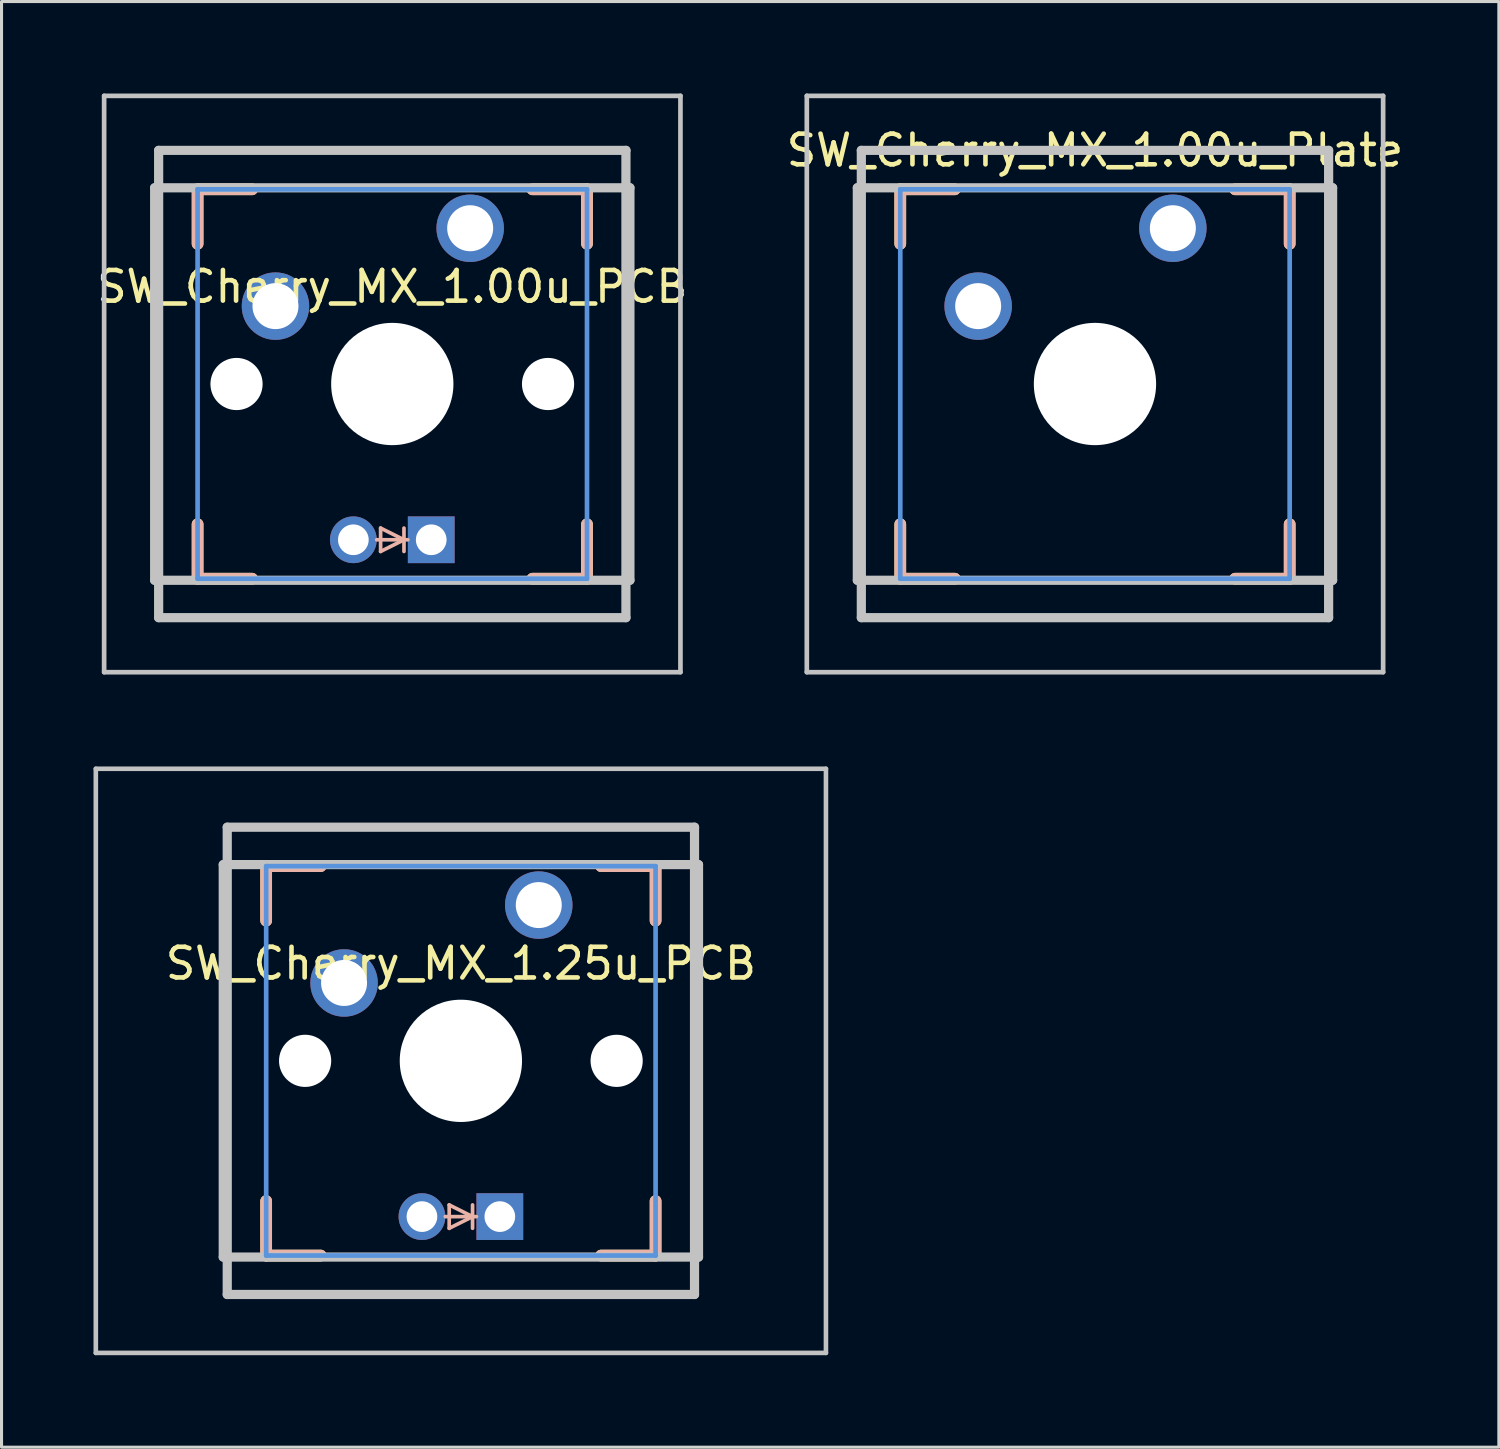
<source format=kicad_pcb>
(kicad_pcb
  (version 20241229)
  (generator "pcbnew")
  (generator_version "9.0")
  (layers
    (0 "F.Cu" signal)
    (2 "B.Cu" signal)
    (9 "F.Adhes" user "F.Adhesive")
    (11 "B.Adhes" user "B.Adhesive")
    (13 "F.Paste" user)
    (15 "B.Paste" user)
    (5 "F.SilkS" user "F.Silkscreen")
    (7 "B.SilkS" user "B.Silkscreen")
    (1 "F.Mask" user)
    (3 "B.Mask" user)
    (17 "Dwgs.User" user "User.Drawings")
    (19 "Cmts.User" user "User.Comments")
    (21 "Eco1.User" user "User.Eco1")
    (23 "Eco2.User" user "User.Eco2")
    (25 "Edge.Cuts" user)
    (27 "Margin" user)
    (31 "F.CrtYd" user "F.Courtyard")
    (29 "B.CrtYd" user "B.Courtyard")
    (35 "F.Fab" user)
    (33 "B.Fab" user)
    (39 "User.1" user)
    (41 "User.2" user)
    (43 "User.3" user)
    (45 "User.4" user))
  (footprint "SW_Cherry_MX_1.25u_PCB"
    (layer "F.Cu")
    (at 11.981 31.548)
    (property "Reference" "SW_Cherry_MX_1.25u_PCB" (at 0 -3.175 0) (layer "F.SilkS") (effects (font (size 1 1) (thickness 0.15))))
    (attr exclude_from_pos_files exclude_from_bom)
    (fp_line (start -6.35 -6.35) (end -4.572 -6.35) (stroke (width 0.381) (type solid)) (layer "F.SilkS"))
    (fp_line (start -6.35 -4.572) (end -6.35 -6.35) (stroke (width 0.381) (type solid)) (layer "F.SilkS"))
    (fp_line (start -6.35 6.35) (end -6.35 4.572) (stroke (width 0.381) (type solid)) (layer "F.SilkS"))
    (fp_line (start -4.572 6.35) (end -6.35 6.35) (stroke (width 0.381) (type solid)) (layer "F.SilkS"))
    (fp_line (start 4.572 -6.35) (end 6.35 -6.35) (stroke (width 0.381) (type solid)) (layer "F.SilkS"))
    (fp_line (start 6.35 -6.35) (end 6.35 -4.572) (stroke (width 0.381) (type solid)) (layer "F.SilkS"))
    (fp_line (start 6.35 4.572) (end 6.35 6.35) (stroke (width 0.381) (type solid)) (layer "F.SilkS"))
    (fp_line (start 6.35 6.35) (end 4.572 6.35) (stroke (width 0.381) (type solid)) (layer "F.SilkS"))
    (fp_line (start -6.35 -6.35) (end -6.35 -4.572) (stroke (width 0.381) (type solid)) (layer "B.SilkS"))
    (fp_line (start -6.35 4.572) (end -6.35 6.35) (stroke (width 0.381) (type solid)) (layer "B.SilkS"))
    (fp_line (start -6.35 6.35) (end -4.572 6.35) (stroke (width 0.381) (type solid)) (layer "B.SilkS"))
    (fp_line (start -4.572 -6.35) (end -6.35 -6.35) (stroke (width 0.381) (type solid)) (layer "B.SilkS"))
    (fp_line (start -0.381 4.699) (end 0.381 5.08) (stroke (width 0.12) (type solid)) (layer "B.SilkS"))
    (fp_line (start -0.381 5.461) (end -0.381 4.699) (stroke (width 0.12) (type solid)) (layer "B.SilkS"))
    (fp_line (start -0.381 5.461) (end 0.381 5.08) (stroke (width 0.12) (type solid)) (layer "B.SilkS"))
    (fp_line (start 0.381 5.461) (end 0.381 4.699) (stroke (width 0.12) (type solid)) (layer "B.SilkS"))
    (fp_line (start 0.508 5.08) (end -0.508 5.08) (stroke (width 0.12) (type solid)) (layer "B.SilkS"))
    (fp_line (start 4.572 6.35) (end 6.35 6.35) (stroke (width 0.381) (type solid)) (layer "B.SilkS"))
    (fp_line (start 6.35 -6.35) (end 4.572 -6.35) (stroke (width 0.381) (type solid)) (layer "B.SilkS"))
    (fp_line (start 6.35 -4.572) (end 6.35 -6.35) (stroke (width 0.381) (type solid)) (layer "B.SilkS"))
    (fp_line (start 6.35 6.35) (end 6.35 4.572) (stroke (width 0.381) (type solid)) (layer "B.SilkS"))
    (fp_line (start -11.906 -9.525) (end 11.906 -9.525) (stroke (width 0.15) (type solid)) (layer "Dwgs.User"))
    (fp_line (start -11.906 9.525) (end -11.906 -9.525) (stroke (width 0.15) (type solid)) (layer "Dwgs.User"))
    (fp_line (start -7.75 6.4) (end -7.75 -6.4) (stroke (width 0.3) (type solid)) (layer "Dwgs.User"))
    (fp_line (start -7.75 6.4) (end 7.75 6.4) (stroke (width 0.3) (type solid)) (layer "Dwgs.User"))
    (fp_line (start -7.62 -7.62) (end 7.62 -7.62) (stroke (width 0.3) (type solid)) (layer "Dwgs.User"))
    (fp_line (start -7.62 7.62) (end -7.62 -7.62) (stroke (width 0.3) (type solid)) (layer "Dwgs.User"))
    (fp_line (start 7.62 -7.62) (end 7.62 7.62) (stroke (width 0.3) (type solid)) (layer "Dwgs.User"))
    (fp_line (start 7.62 7.62) (end -7.62 7.62) (stroke (width 0.3) (type solid)) (layer "Dwgs.User"))
    (fp_line (start 7.75 -6.4) (end -7.75 -6.4) (stroke (width 0.3) (type solid)) (layer "Dwgs.User"))
    (fp_line (start 7.75 6.4) (end 7.75 -6.4) (stroke (width 0.3) (type solid)) (layer "Dwgs.User"))
    (fp_line (start 11.906 -9.525) (end 11.906 9.525) (stroke (width 0.15) (type solid)) (layer "Dwgs.User"))
    (fp_line (start 11.906 9.525) (end -11.906 9.525) (stroke (width 0.15) (type solid)) (layer "Dwgs.User"))
    (fp_line (start -6.35 -6.35) (end 6.35 -6.35) (stroke (width 0.152) (type solid)) (layer "Cmts.User"))
    (fp_line (start -6.35 6.35) (end -6.35 -6.35) (stroke (width 0.152) (type solid)) (layer "Cmts.User"))
    (fp_line (start 6.35 -6.35) (end 6.35 6.35) (stroke (width 0.152) (type solid)) (layer "Cmts.User"))
    (fp_line (start 6.35 6.35) (end -6.35 6.35) (stroke (width 0.152) (type solid)) (layer "Cmts.User"))
    (fp_line (start -6.985 -6.985) (end 6.985 -6.985) (stroke (width 0.152) (type solid)) (layer "Eco2.User"))
    (fp_line (start -6.985 6.985) (end -6.985 -6.985) (stroke (width 0.152) (type solid)) (layer "Eco2.User"))
    (fp_line (start 6.985 -6.985) (end 6.985 6.985) (stroke (width 0.152) (type solid)) (layer "Eco2.User"))
    (fp_line (start 6.985 6.985) (end -6.985 6.985) (stroke (width 0.152) (type solid)) (layer "Eco2.User"))
    (pad "" np_thru_hole circle (at -5.08 0) (size 1.702 1.702) (drill 1.702) (layers "*.Cu" "*.Mask"))
    (pad "" np_thru_hole circle (at 0 0) (size 3.988 3.988) (drill 3.988) (layers "*.Cu" "*.Mask"))
    (pad "" np_thru_hole circle (at 5.08 0) (size 1.702 1.702) (drill 1.702) (layers "*.Cu" "*.Mask"))
    (pad "1" thru_hole circle (at -3.81 -2.54) (size 2.2 2.2) (drill 1.5) (layers "*.Cu" "*.Mask"))
    (pad "2" thru_hole circle (at 2.54 -5.08) (size 2.2 2.2) (drill 1.5) (layers "*.Cu" "*.Mask"))
    (pad "3" thru_hole rect (at 1.27 5.08 180) (size 1.524 1.524) (drill 1) (layers "*.Cu" "*.Mask"))
    (pad "4" thru_hole circle (at -1.27 5.08 180) (size 1.524 1.524) (drill 1) (layers "*.Cu" "*.Mask")))
  (footprint "SW_Cherry_MX_1.00u_Plate"
    (layer "F.Cu")
    (at 32.661 9.474)
    (property "Reference" "SW_Cherry_MX_1.00u_Plate" (at 0 -7.62 0) (layer "F.SilkS") (effects (font (size 1 1) (thickness 0.15))))
    (attr exclude_from_pos_files exclude_from_bom)
    (fp_line (start -6.35 -6.35) (end -4.572 -6.35) (stroke (width 0.381) (type solid)) (layer "F.SilkS"))
    (fp_line (start -6.35 -4.572) (end -6.35 -6.35) (stroke (width 0.381) (type solid)) (layer "F.SilkS"))
    (fp_line (start -6.35 6.35) (end -6.35 4.572) (stroke (width 0.381) (type solid)) (layer "F.SilkS"))
    (fp_line (start -4.572 6.35) (end -6.35 6.35) (stroke (width 0.381) (type solid)) (layer "F.SilkS"))
    (fp_line (start 4.572 -6.35) (end 6.35 -6.35) (stroke (width 0.381) (type solid)) (layer "F.SilkS"))
    (fp_line (start 6.35 -6.35) (end 6.35 -4.572) (stroke (width 0.381) (type solid)) (layer "F.SilkS"))
    (fp_line (start 6.35 4.572) (end 6.35 6.35) (stroke (width 0.381) (type solid)) (layer "F.SilkS"))
    (fp_line (start 6.35 6.35) (end 4.572 6.35) (stroke (width 0.381) (type solid)) (layer "F.SilkS"))
    (fp_line (start -6.35 -6.35) (end -6.35 -4.572) (stroke (width 0.381) (type solid)) (layer "B.SilkS"))
    (fp_line (start -6.35 4.572) (end -6.35 6.35) (stroke (width 0.381) (type solid)) (layer "B.SilkS"))
    (fp_line (start -6.35 6.35) (end -4.572 6.35) (stroke (width 0.381) (type solid)) (layer "B.SilkS"))
    (fp_line (start -4.572 -6.35) (end -6.35 -6.35) (stroke (width 0.381) (type solid)) (layer "B.SilkS"))
    (fp_line (start 4.572 6.35) (end 6.35 6.35) (stroke (width 0.381) (type solid)) (layer "B.SilkS"))
    (fp_line (start 6.35 -6.35) (end 4.572 -6.35) (stroke (width 0.381) (type solid)) (layer "B.SilkS"))
    (fp_line (start 6.35 -4.572) (end 6.35 -6.35) (stroke (width 0.381) (type solid)) (layer "B.SilkS"))
    (fp_line (start 6.35 6.35) (end 6.35 4.572) (stroke (width 0.381) (type solid)) (layer "B.SilkS"))
    (fp_line (start -9.398 -9.398) (end 9.398 -9.398) (stroke (width 0.152) (type solid)) (layer "Dwgs.User"))
    (fp_line (start -9.398 9.398) (end -9.398 -9.398) (stroke (width 0.152) (type solid)) (layer "Dwgs.User"))
    (fp_line (start -7.75 6.4) (end -7.75 -6.4) (stroke (width 0.3) (type solid)) (layer "Dwgs.User"))
    (fp_line (start -7.75 6.4) (end 7.75 6.4) (stroke (width 0.3) (type solid)) (layer "Dwgs.User"))
    (fp_line (start -7.62 -7.62) (end 7.62 -7.62) (stroke (width 0.3) (type solid)) (layer "Dwgs.User"))
    (fp_line (start -7.62 7.62) (end -7.62 -7.62) (stroke (width 0.3) (type solid)) (layer "Dwgs.User"))
    (fp_line (start 7.62 -7.62) (end 7.62 7.62) (stroke (width 0.3) (type solid)) (layer "Dwgs.User"))
    (fp_line (start 7.62 7.62) (end -7.62 7.62) (stroke (width 0.3) (type solid)) (layer "Dwgs.User"))
    (fp_line (start 7.75 -6.4) (end -7.75 -6.4) (stroke (width 0.3) (type solid)) (layer "Dwgs.User"))
    (fp_line (start 7.75 6.4) (end 7.75 -6.4) (stroke (width 0.3) (type solid)) (layer "Dwgs.User"))
    (fp_line (start 9.398 -9.398) (end 9.398 9.398) (stroke (width 0.152) (type solid)) (layer "Dwgs.User"))
    (fp_line (start 9.398 9.398) (end -9.398 9.398) (stroke (width 0.152) (type solid)) (layer "Dwgs.User"))
    (fp_line (start -6.35 -6.35) (end 6.35 -6.35) (stroke (width 0.152) (type solid)) (layer "Cmts.User"))
    (fp_line (start -6.35 6.35) (end -6.35 -6.35) (stroke (width 0.152) (type solid)) (layer "Cmts.User"))
    (fp_line (start 6.35 -6.35) (end 6.35 6.35) (stroke (width 0.152) (type solid)) (layer "Cmts.User"))
    (fp_line (start 6.35 6.35) (end -6.35 6.35) (stroke (width 0.152) (type solid)) (layer "Cmts.User"))
    (fp_line (start -6.985 -6.985) (end 6.985 -6.985) (stroke (width 0.152) (type solid)) (layer "Eco2.User"))
    (fp_line (start -6.985 6.985) (end -6.985 -6.985) (stroke (width 0.152) (type solid)) (layer "Eco2.User"))
    (fp_line (start 6.985 -6.985) (end 6.985 6.985) (stroke (width 0.152) (type solid)) (layer "Eco2.User"))
    (fp_line (start 6.985 6.985) (end -6.985 6.985) (stroke (width 0.152) (type solid)) (layer "Eco2.User"))
    (pad "" np_thru_hole circle (at 0 0) (size 3.988 3.988) (drill 3.988) (layers "*.Cu" "*.Mask"))
    (pad "1" thru_hole circle (at -3.81 -2.54) (size 2.2 2.2) (drill 1.5) (layers "*.Cu" "*.Mask"))
    (pad "2" thru_hole circle (at 2.54 -5.08) (size 2.2 2.2) (drill 1.5) (layers "*.Cu" "*.Mask")))
  (footprint "SW_Cherry_MX_1.00u_PCB"
    (layer "F.Cu")
    (at 9.744 9.474)
    (property "Reference" "SW_Cherry_MX_1.00u_PCB" (at 0 -3.175 0) (layer "F.SilkS") (effects (font (size 1 1) (thickness 0.15))))
    (attr exclude_from_pos_files exclude_from_bom)
    (fp_line (start -6.35 -6.35) (end -4.572 -6.35) (stroke (width 0.381) (type solid)) (layer "F.SilkS"))
    (fp_line (start -6.35 -4.572) (end -6.35 -6.35) (stroke (width 0.381) (type solid)) (layer "F.SilkS"))
    (fp_line (start -6.35 6.35) (end -6.35 4.572) (stroke (width 0.381) (type solid)) (layer "F.SilkS"))
    (fp_line (start -4.572 6.35) (end -6.35 6.35) (stroke (width 0.381) (type solid)) (layer "F.SilkS"))
    (fp_line (start 4.572 -6.35) (end 6.35 -6.35) (stroke (width 0.381) (type solid)) (layer "F.SilkS"))
    (fp_line (start 6.35 -6.35) (end 6.35 -4.572) (stroke (width 0.381) (type solid)) (layer "F.SilkS"))
    (fp_line (start 6.35 4.572) (end 6.35 6.35) (stroke (width 0.381) (type solid)) (layer "F.SilkS"))
    (fp_line (start 6.35 6.35) (end 4.572 6.35) (stroke (width 0.381) (type solid)) (layer "F.SilkS"))
    (fp_line (start -6.35 -6.35) (end -6.35 -4.572) (stroke (width 0.381) (type solid)) (layer "B.SilkS"))
    (fp_line (start -6.35 4.572) (end -6.35 6.35) (stroke (width 0.381) (type solid)) (layer "B.SilkS"))
    (fp_line (start -6.35 6.35) (end -4.572 6.35) (stroke (width 0.381) (type solid)) (layer "B.SilkS"))
    (fp_line (start -4.572 -6.35) (end -6.35 -6.35) (stroke (width 0.381) (type solid)) (layer "B.SilkS"))
    (fp_line (start -0.381 4.699) (end 0.381 5.08) (stroke (width 0.12) (type solid)) (layer "B.SilkS"))
    (fp_line (start -0.381 5.461) (end -0.381 4.699) (stroke (width 0.12) (type solid)) (layer "B.SilkS"))
    (fp_line (start -0.381 5.461) (end 0.381 5.08) (stroke (width 0.12) (type solid)) (layer "B.SilkS"))
    (fp_line (start 0.381 5.461) (end 0.381 4.699) (stroke (width 0.12) (type solid)) (layer "B.SilkS"))
    (fp_line (start 0.508 5.08) (end -0.508 5.08) (stroke (width 0.12) (type solid)) (layer "B.SilkS"))
    (fp_line (start 4.572 6.35) (end 6.35 6.35) (stroke (width 0.381) (type solid)) (layer "B.SilkS"))
    (fp_line (start 6.35 -6.35) (end 4.572 -6.35) (stroke (width 0.381) (type solid)) (layer "B.SilkS"))
    (fp_line (start 6.35 -4.572) (end 6.35 -6.35) (stroke (width 0.381) (type solid)) (layer "B.SilkS"))
    (fp_line (start 6.35 6.35) (end 6.35 4.572) (stroke (width 0.381) (type solid)) (layer "B.SilkS"))
    (fp_line (start -9.398 -9.398) (end 9.398 -9.398) (stroke (width 0.152) (type solid)) (layer "Dwgs.User"))
    (fp_line (start -9.398 9.398) (end -9.398 -9.398) (stroke (width 0.152) (type solid)) (layer "Dwgs.User"))
    (fp_line (start -7.75 6.4) (end -7.75 -6.4) (stroke (width 0.3) (type solid)) (layer "Dwgs.User"))
    (fp_line (start -7.75 6.4) (end 7.75 6.4) (stroke (width 0.3) (type solid)) (layer "Dwgs.User"))
    (fp_line (start -7.62 -7.62) (end 7.62 -7.62) (stroke (width 0.3) (type solid)) (layer "Dwgs.User"))
    (fp_line (start -7.62 7.62) (end -7.62 -7.62) (stroke (width 0.3) (type solid)) (layer "Dwgs.User"))
    (fp_line (start 7.62 -7.62) (end 7.62 7.62) (stroke (width 0.3) (type solid)) (layer "Dwgs.User"))
    (fp_line (start 7.62 7.62) (end -7.62 7.62) (stroke (width 0.3) (type solid)) (layer "Dwgs.User"))
    (fp_line (start 7.75 -6.4) (end -7.75 -6.4) (stroke (width 0.3) (type solid)) (layer "Dwgs.User"))
    (fp_line (start 7.75 6.4) (end 7.75 -6.4) (stroke (width 0.3) (type solid)) (layer "Dwgs.User"))
    (fp_line (start 9.398 -9.398) (end 9.398 9.398) (stroke (width 0.152) (type solid)) (layer "Dwgs.User"))
    (fp_line (start 9.398 9.398) (end -9.398 9.398) (stroke (width 0.152) (type solid)) (layer "Dwgs.User"))
    (fp_line (start -6.35 -6.35) (end 6.35 -6.35) (stroke (width 0.152) (type solid)) (layer "Cmts.User"))
    (fp_line (start -6.35 6.35) (end -6.35 -6.35) (stroke (width 0.152) (type solid)) (layer "Cmts.User"))
    (fp_line (start 6.35 -6.35) (end 6.35 6.35) (stroke (width 0.152) (type solid)) (layer "Cmts.User"))
    (fp_line (start 6.35 6.35) (end -6.35 6.35) (stroke (width 0.152) (type solid)) (layer "Cmts.User"))
    (fp_line (start -6.985 -6.985) (end 6.985 -6.985) (stroke (width 0.152) (type solid)) (layer "Eco2.User"))
    (fp_line (start -6.985 6.985) (end -6.985 -6.985) (stroke (width 0.152) (type solid)) (layer "Eco2.User"))
    (fp_line (start 6.985 -6.985) (end 6.985 6.985) (stroke (width 0.152) (type solid)) (layer "Eco2.User"))
    (fp_line (start 6.985 6.985) (end -6.985 6.985) (stroke (width 0.152) (type solid)) (layer "Eco2.User"))
    (pad "" np_thru_hole circle (at -5.08 0) (size 1.702 1.702) (drill 1.702) (layers "*.Cu" "*.Mask"))
    (pad "" np_thru_hole circle (at 0 0) (size 3.988 3.988) (drill 3.988) (layers "*.Cu" "*.Mask"))
    (pad "" np_thru_hole circle (at 5.08 0) (size 1.702 1.702) (drill 1.702) (layers "*.Cu" "*.Mask"))
    (pad "1" thru_hole circle (at -3.81 -2.54) (size 2.2 2.2) (drill 1.5) (layers "*.Cu" "*.Mask"))
    (pad "2" thru_hole circle (at 2.54 -5.08) (size 2.2 2.2) (drill 1.5) (layers "*.Cu" "*.Mask"))
    (pad "3" thru_hole rect (at 1.27 5.08 180) (size 1.524 1.524) (drill 1) (layers "*.Cu" "*.Mask"))
    (pad "4" thru_hole circle (at -1.27 5.08 180) (size 1.524 1.524) (drill 1) (layers "*.Cu" "*.Mask")))
  (gr_rect
    (start -3 -3)
    (end 45.833 44.148)
    (stroke (width 0.1) (type default))
    (fill no)
    (layer "Edge.Cuts")))
</source>
